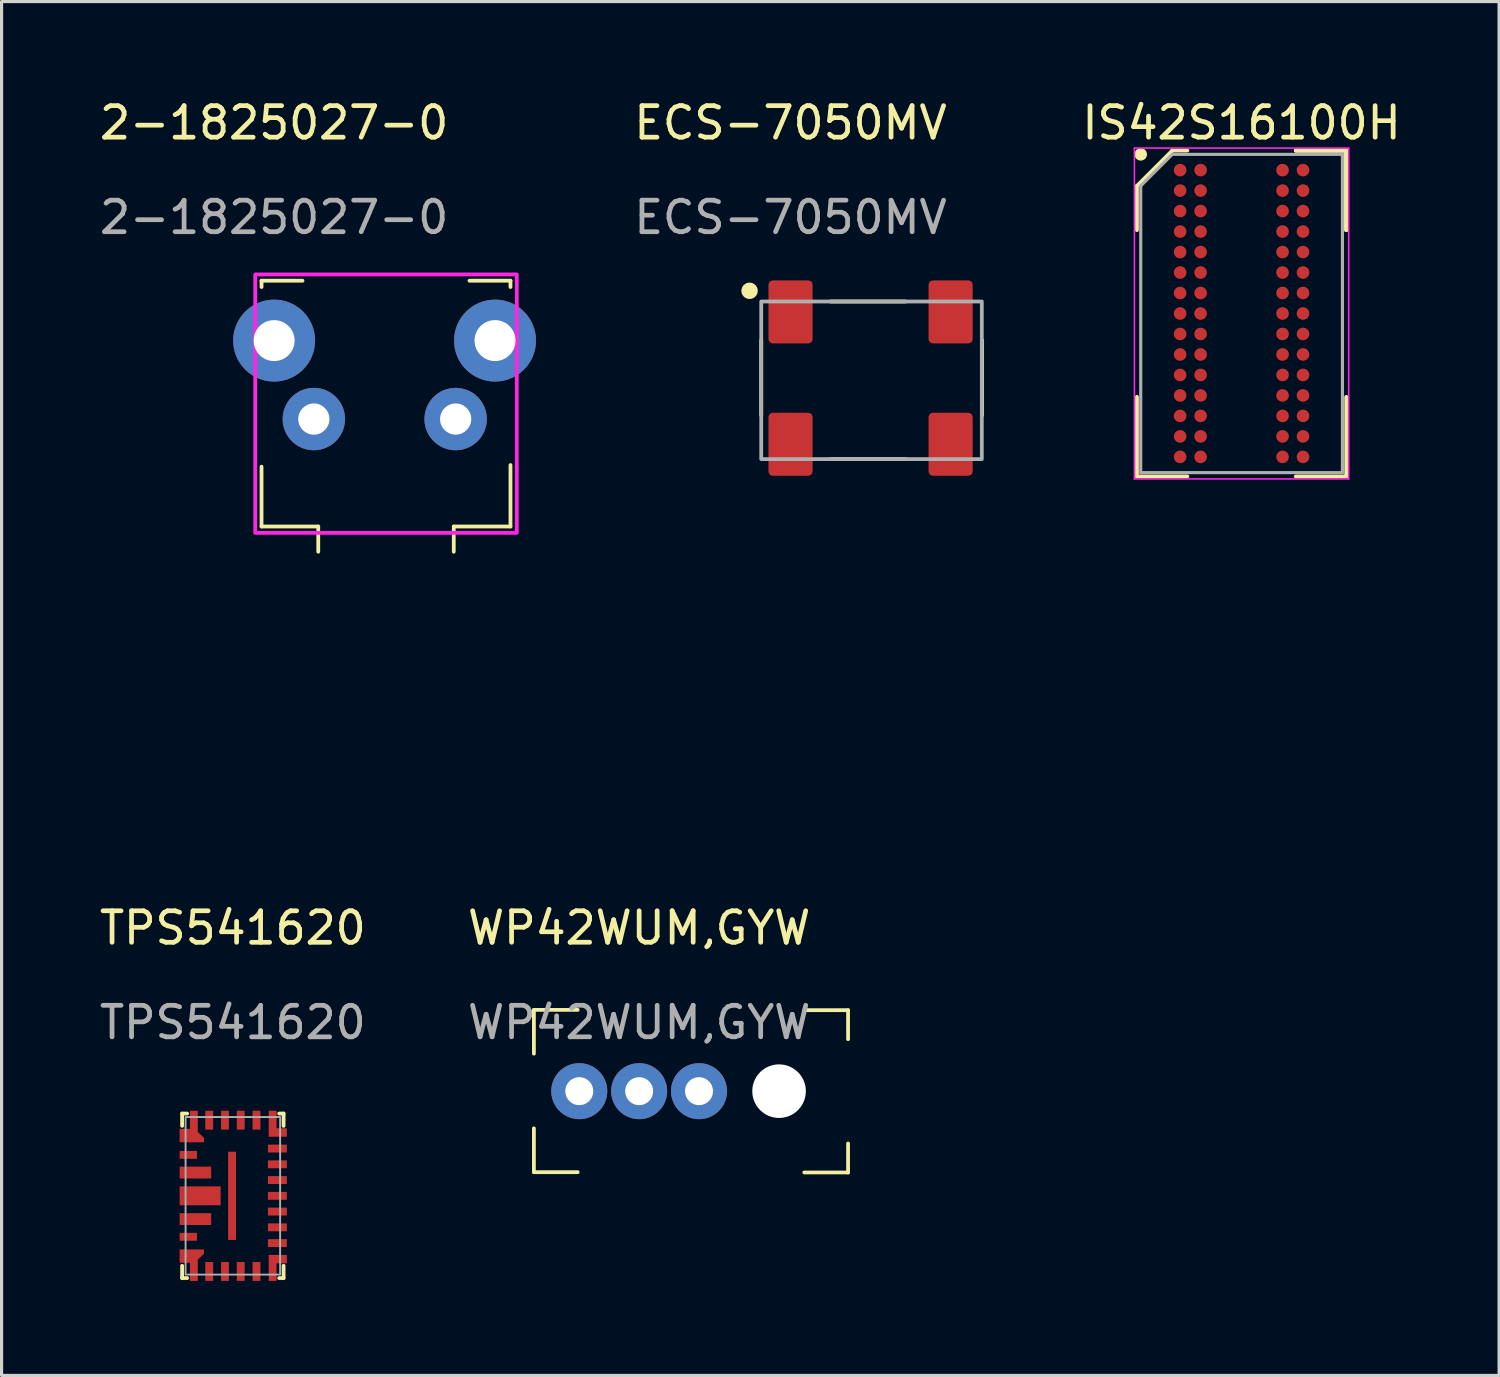
<source format=kicad_pcb>
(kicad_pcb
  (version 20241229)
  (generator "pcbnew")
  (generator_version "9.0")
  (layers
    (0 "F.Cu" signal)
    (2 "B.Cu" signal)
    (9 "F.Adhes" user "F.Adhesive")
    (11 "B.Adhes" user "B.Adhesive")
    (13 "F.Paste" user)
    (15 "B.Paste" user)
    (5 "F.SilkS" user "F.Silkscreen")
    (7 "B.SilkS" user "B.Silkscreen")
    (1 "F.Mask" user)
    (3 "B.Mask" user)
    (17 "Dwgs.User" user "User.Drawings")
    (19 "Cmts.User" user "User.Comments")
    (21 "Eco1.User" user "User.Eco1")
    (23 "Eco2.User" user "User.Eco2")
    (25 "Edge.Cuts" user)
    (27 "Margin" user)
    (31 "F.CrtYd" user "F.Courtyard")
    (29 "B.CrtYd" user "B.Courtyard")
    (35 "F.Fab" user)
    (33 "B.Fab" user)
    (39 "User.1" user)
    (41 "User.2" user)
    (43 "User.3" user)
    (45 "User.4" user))
  (footprint "IS42S16100H"
    (layer "F.Cu")
    (at 36.349 6.898)
    (property "Reference" "IS42S16100H" (at 0 -6.05 0) (layer "F.SilkS") (effects (font (size 1 1) (thickness 0.15))))
    (attr through_hole)
    (fp_line (start -3.32 -4.05) (end -3.32 -2.645) (stroke (width 0.12) (type solid)) (layer "F.SilkS"))
    (fp_line (start -3.32 5.17) (end -3.32 2.645) (stroke (width 0.12) (type solid)) (layer "F.SilkS"))
    (fp_line (start -2.2 -5.17) (end -3.32 -4.05) (stroke (width 0.12) (type solid)) (layer "F.SilkS"))
    (fp_line (start -1.72 -5.17) (end -2.2 -5.17) (stroke (width 0.12) (type solid)) (layer "F.SilkS"))
    (fp_line (start -1.72 5.17) (end -3.32 5.17) (stroke (width 0.12) (type solid)) (layer "F.SilkS"))
    (fp_line (start 1.72 -5.17) (end 3.32 -5.17) (stroke (width 0.12) (type solid)) (layer "F.SilkS"))
    (fp_line (start 1.72 -5.17) (end 3.32 -5.17) (stroke (width 0.12) (type solid)) (layer "F.SilkS"))
    (fp_line (start 1.72 -5.17) (end 3.32 -5.17) (stroke (width 0.12) (type solid)) (layer "F.SilkS"))
    (fp_line (start 1.72 5.17) (end 3.32 5.17) (stroke (width 0.12) (type solid)) (layer "F.SilkS"))
    (fp_line (start 3.32 -5.17) (end 3.32 -2.645) (stroke (width 0.12) (type solid)) (layer "F.SilkS"))
    (fp_line (start 3.32 -5.17) (end 3.32 -2.645) (stroke (width 0.12) (type solid)) (layer "F.SilkS"))
    (fp_line (start 3.32 -5.17) (end 3.32 -2.645) (stroke (width 0.12) (type solid)) (layer "F.SilkS"))
    (fp_line (start 3.32 5.17) (end 3.32 2.645) (stroke (width 0.12) (type solid)) (layer "F.SilkS"))
    (fp_circle (center -3.2 -5.05) (end -3.2 -4.95) (stroke (width 0.2) (type solid)) (fill no) (layer "F.SilkS"))
    (fp_line (start -3.4 -5.25) (end 3.4 -5.25) (stroke (width 0.05) (type solid)) (layer "F.CrtYd"))
    (fp_line (start -3.4 5.25) (end -3.4 -5.25) (stroke (width 0.05) (type solid)) (layer "F.CrtYd"))
    (fp_line (start 3.4 -5.25) (end 3.4 5.25) (stroke (width 0.05) (type solid)) (layer "F.CrtYd"))
    (fp_line (start 3.4 5.25) (end -3.4 5.25) (stroke (width 0.05) (type solid)) (layer "F.CrtYd"))
    (fp_line (start -3.2 -4.05) (end -3.2 5.05) (stroke (width 0.1) (type solid)) (layer "F.Fab"))
    (fp_line (start -3.2 5.05) (end 3.2 5.05) (stroke (width 0.1) (type solid)) (layer "F.Fab"))
    (fp_line (start -2.2 -5.05) (end -3.2 -4.05) (stroke (width 0.1) (type solid)) (layer "F.Fab"))
    (fp_line (start 3.2 -5.05) (end -2.2 -5.05) (stroke (width 0.1) (type solid)) (layer "F.Fab"))
    (fp_line (start 3.2 5.05) (end 3.2 -5.05) (stroke (width 0.1) (type solid)) (layer "F.Fab"))
    (pad "A1" smd circle (at -1.95 -4.55) (size 0.4 0.4) (layers "F.Cu" "F.Mask" "F.Paste"))
    (pad "A2" smd circle (at -1.3 -4.55) (size 0.4 0.4) (layers "F.Cu" "F.Mask" "F.Paste"))
    (pad "A6" smd circle (at 1.3 -4.55) (size 0.4 0.4) (layers "F.Cu" "F.Mask" "F.Paste"))
    (pad "A7" smd circle (at 1.95 -4.55) (size 0.4 0.4) (layers "F.Cu" "F.Mask" "F.Paste"))
    (pad "B1" smd circle (at -1.95 -3.9) (size 0.4 0.4) (layers "F.Cu" "F.Mask" "F.Paste"))
    (pad "B2" smd circle (at -1.3 -3.9) (size 0.4 0.4) (layers "F.Cu" "F.Mask" "F.Paste"))
    (pad "B6" smd circle (at 1.3 -3.9) (size 0.4 0.4) (layers "F.Cu" "F.Mask" "F.Paste"))
    (pad "B7" smd circle (at 1.95 -3.9) (size 0.4 0.4) (layers "F.Cu" "F.Mask" "F.Paste"))
    (pad "C1" smd circle (at -1.95 -3.25) (size 0.4 0.4) (layers "F.Cu" "F.Mask" "F.Paste"))
    (pad "C2" smd circle (at -1.3 -3.25) (size 0.4 0.4) (layers "F.Cu" "F.Mask" "F.Paste"))
    (pad "C6" smd circle (at 1.3 -3.25) (size 0.4 0.4) (layers "F.Cu" "F.Mask" "F.Paste"))
    (pad "C7" smd circle (at 1.95 -3.25) (size 0.4 0.4) (layers "F.Cu" "F.Mask" "F.Paste"))
    (pad "D1" smd circle (at -1.95 -2.6) (size 0.4 0.4) (layers "F.Cu" "F.Mask" "F.Paste"))
    (pad "D2" smd circle (at -1.3 -2.6) (size 0.4 0.4) (layers "F.Cu" "F.Mask" "F.Paste"))
    (pad "D6" smd circle (at 1.3 -2.6) (size 0.4 0.4) (layers "F.Cu" "F.Mask" "F.Paste"))
    (pad "D7" smd circle (at 1.95 -2.6) (size 0.4 0.4) (layers "F.Cu" "F.Mask" "F.Paste"))
    (pad "E1" smd circle (at -1.95 -1.95) (size 0.4 0.4) (layers "F.Cu" "F.Mask" "F.Paste"))
    (pad "E2" smd circle (at -1.3 -1.95) (size 0.4 0.4) (layers "F.Cu" "F.Mask" "F.Paste"))
    (pad "E6" smd circle (at 1.3 -1.95) (size 0.4 0.4) (layers "F.Cu" "F.Mask" "F.Paste"))
    (pad "E7" smd circle (at 1.95 -1.95) (size 0.4 0.4) (layers "F.Cu" "F.Mask" "F.Paste"))
    (pad "F1" smd circle (at -1.95 -1.3) (size 0.4 0.4) (layers "F.Cu" "F.Mask" "F.Paste"))
    (pad "F2" smd circle (at -1.3 -1.3) (size 0.4 0.4) (layers "F.Cu" "F.Mask" "F.Paste"))
    (pad "F6" smd circle (at 1.3 -1.3) (size 0.4 0.4) (layers "F.Cu" "F.Mask" "F.Paste"))
    (pad "F7" smd circle (at 1.95 -1.3) (size 0.4 0.4) (layers "F.Cu" "F.Mask" "F.Paste"))
    (pad "G1" smd circle (at -1.95 -0.65) (size 0.4 0.4) (layers "F.Cu" "F.Mask" "F.Paste"))
    (pad "G2" smd circle (at -1.3 -0.65) (size 0.4 0.4) (layers "F.Cu" "F.Mask" "F.Paste"))
    (pad "G6" smd circle (at 1.3 -0.65) (size 0.4 0.4) (layers "F.Cu" "F.Mask" "F.Paste"))
    (pad "G7" smd circle (at 1.95 -0.65) (size 0.4 0.4) (layers "F.Cu" "F.Mask" "F.Paste"))
    (pad "H1" smd circle (at -1.95 0) (size 0.4 0.4) (layers "F.Cu" "F.Mask" "F.Paste"))
    (pad "H2" smd circle (at -1.3 0) (size 0.4 0.4) (layers "F.Cu" "F.Mask" "F.Paste"))
    (pad "H6" smd circle (at 1.3 0) (size 0.4 0.4) (layers "F.Cu" "F.Mask" "F.Paste"))
    (pad "H7" smd circle (at 1.95 0) (size 0.4 0.4) (layers "F.Cu" "F.Mask" "F.Paste"))
    (pad "J1" smd circle (at -1.95 0.65) (size 0.4 0.4) (layers "F.Cu" "F.Mask" "F.Paste"))
    (pad "J2" smd circle (at -1.3 0.65) (size 0.4 0.4) (layers "F.Cu" "F.Mask" "F.Paste"))
    (pad "J6" smd circle (at 1.3 0.65) (size 0.4 0.4) (layers "F.Cu" "F.Mask" "F.Paste"))
    (pad "J7" smd circle (at 1.95 0.65) (size 0.4 0.4) (layers "F.Cu" "F.Mask" "F.Paste"))
    (pad "K1" smd circle (at -1.95 1.3) (size 0.4 0.4) (layers "F.Cu" "F.Mask" "F.Paste"))
    (pad "K2" smd circle (at -1.3 1.3) (size 0.4 0.4) (layers "F.Cu" "F.Mask" "F.Paste"))
    (pad "K6" smd circle (at 1.3 1.3) (size 0.4 0.4) (layers "F.Cu" "F.Mask" "F.Paste"))
    (pad "K7" smd circle (at 1.95 1.3) (size 0.4 0.4) (layers "F.Cu" "F.Mask" "F.Paste"))
    (pad "L1" smd circle (at -1.95 1.95) (size 0.4 0.4) (layers "F.Cu" "F.Mask" "F.Paste"))
    (pad "L2" smd circle (at -1.3 1.95) (size 0.4 0.4) (layers "F.Cu" "F.Mask" "F.Paste"))
    (pad "L6" smd circle (at 1.3 1.95) (size 0.4 0.4) (layers "F.Cu" "F.Mask" "F.Paste"))
    (pad "L7" smd circle (at 1.95 1.95) (size 0.4 0.4) (layers "F.Cu" "F.Mask" "F.Paste"))
    (pad "M1" smd circle (at -1.95 2.6) (size 0.4 0.4) (layers "F.Cu" "F.Mask" "F.Paste"))
    (pad "M2" smd circle (at -1.3 2.6) (size 0.4 0.4) (layers "F.Cu" "F.Mask" "F.Paste"))
    (pad "M6" smd circle (at 1.3 2.6) (size 0.4 0.4) (layers "F.Cu" "F.Mask" "F.Paste"))
    (pad "M7" smd circle (at 1.95 2.6) (size 0.4 0.4) (layers "F.Cu" "F.Mask" "F.Paste"))
    (pad "N1" smd circle (at -1.95 3.25) (size 0.4 0.4) (layers "F.Cu" "F.Mask" "F.Paste"))
    (pad "N2" smd circle (at -1.3 3.25) (size 0.4 0.4) (layers "F.Cu" "F.Mask" "F.Paste"))
    (pad "N6" smd circle (at 1.3 3.25) (size 0.4 0.4) (layers "F.Cu" "F.Mask" "F.Paste"))
    (pad "N7" smd circle (at 1.95 3.25) (size 0.4 0.4) (layers "F.Cu" "F.Mask" "F.Paste"))
    (pad "P1" smd circle (at -1.95 3.9) (size 0.4 0.4) (layers "F.Cu" "F.Mask" "F.Paste"))
    (pad "P2" smd circle (at -1.3 3.9) (size 0.4 0.4) (layers "F.Cu" "F.Mask" "F.Paste"))
    (pad "P6" smd circle (at 1.3 3.9) (size 0.4 0.4) (layers "F.Cu" "F.Mask" "F.Paste"))
    (pad "P7" smd circle (at 1.95 3.9) (size 0.4 0.4) (layers "F.Cu" "F.Mask" "F.Paste"))
    (pad "R1" smd circle (at -1.95 4.55) (size 0.4 0.4) (layers "F.Cu" "F.Mask" "F.Paste"))
    (pad "R2" smd circle (at -1.3 4.55) (size 0.4 0.4) (layers "F.Cu" "F.Mask" "F.Paste"))
    (pad "R6" smd circle (at 1.3 4.55) (size 0.4 0.4) (layers "F.Cu" "F.Mask" "F.Paste"))
    (pad "R7" smd circle (at 1.95 4.55) (size 0.4 0.4) (layers "F.Cu" "F.Mask" "F.Paste")))
  (footprint "WP42WUM,GYW"
    (layer "F.Cu")
    (at 17.232 31.576)
    (property "Reference" "WP42WUM,GYW" (at 0 -5.18 0) (unlocked yes) (layer "F.SilkS") (effects (font (size 1 1) (thickness 0.15))))
    (fp_line (start -3.34 -2.58) (end -1.95 -2.58) (stroke (width 0.12) (type solid)) (layer "F.SilkS"))
    (fp_line (start -3.34 -1.19) (end -3.34 -2.58) (stroke (width 0.12) (type solid)) (layer "F.SilkS"))
    (fp_line (start -3.34 2.57) (end -3.34 1.18) (stroke (width 0.12) (type solid)) (layer "F.SilkS"))
    (fp_line (start -1.95 2.57) (end -3.34 2.57) (stroke (width 0.12) (type solid)) (layer "F.SilkS"))
    (fp_line (start 5.24 -2.57) (end 6.63 -2.57) (stroke (width 0.12) (type solid)) (layer "F.SilkS"))
    (fp_line (start 6.63 -2.57) (end 6.63 -1.65) (stroke (width 0.12) (type solid)) (layer "F.SilkS"))
    (fp_line (start 6.63 1.66) (end 6.63 2.58) (stroke (width 0.12) (type solid)) (layer "F.SilkS"))
    (fp_line (start 6.63 2.58) (end 5.24 2.58) (stroke (width 0.12) (type solid)) (layer "F.SilkS"))
    (fp_rect (start -3.18 -2.415) (end 6.47 2.415) (stroke (width 0.12) (type solid)) (fill no) (layer "Eco1.User"))
    (fp_rect (start 6.47 -1.5) (end 10.28 1.5) (stroke (width 0.12) (type solid)) (fill no) (layer "Eco1.User"))
    (fp_text user "${REFERENCE}" (at 0 -2.18 0) (unlocked yes) (layer "F.Fab") (effects (font (size 1 1) (thickness 0.15))))
    (pad "" np_thru_hole circle (at 4.44 0) (size 1.7 1.7) (drill 1.7) (layers "*.Cu" "*.Mask"))
    (pad "1" thru_hole circle (at 1.9 0) (size 1.778 1.778) (drill 0.889) (layers "*.Cu" "*.Mask"))
    (pad "2" thru_hole circle (at 0 0) (size 1.778 1.778) (drill 0.889) (layers "*.Cu" "*.Mask"))
    (pad "3" thru_hole circle (at -1.9 0) (size 1.778 1.778) (drill 0.889) (layers "*.Cu" "*.Mask")))
  (footprint "TPS541620"
    (layer "F.Cu")
    (at 4.339 34.897)
    (property "Reference" "TPS541620" (at 0 -8.5 0) (unlocked yes) (layer "F.SilkS") (effects (font (size 1 1) (thickness 0.15))))
    (fp_line (start -1.61 -2.61) (end -1.61 -2.22) (stroke (width 0.12) (type solid)) (layer "F.SilkS"))
    (fp_line (start -1.61 2.22) (end -1.61 2.61) (stroke (width 0.12) (type solid)) (layer "F.SilkS"))
    (fp_line (start -1.45 -2.61) (end -1.61 -2.61) (stroke (width 0.12) (type solid)) (layer "F.SilkS"))
    (fp_line (start -1.45 2.61) (end -1.61 2.61) (stroke (width 0.12) (type solid)) (layer "F.SilkS"))
    (fp_line (start 1.61 -2.61) (end 1.47 -2.61) (stroke (width 0.12) (type solid)) (layer "F.SilkS"))
    (fp_line (start 1.61 -2.61) (end 1.61 -2.22) (stroke (width 0.12) (type solid)) (layer "F.SilkS"))
    (fp_line (start 1.61 2.22) (end 1.61 2.61) (stroke (width 0.12) (type solid)) (layer "F.SilkS"))
    (fp_line (start 1.61 2.61) (end 1.47 2.61) (stroke (width 0.12) (type solid)) (layer "F.SilkS"))
    (fp_rect (start -1.5 -2.5) (end 1.5 2.5) (stroke (width 0.06) (type solid)) (fill no) (layer "F.Fab"))
    (fp_text user "${REFERENCE}" (at 0 -5.5 0) (unlocked yes) (layer "F.Fab") (effects (font (size 1 1) (thickness 0.15))))
    (pad "1" smd rect (at -1.413 -1.3 90) (size 0.25 0.55) (layers "F.Cu" "F.Mask" "F.Paste"))
    (pad "2" smd custom (at -1.413 -0.738) (size 0.001 0.001) (layers "F.Cu" "F.Mask" "F.Paste") (options (anchor rect)) (primitives (gr_poly (pts (xy -0.275 -0.188) (xy 0.725 -0.188) (xy 0.725 0.188) (xy -0.275 0.188)) (width 0) (fill yes))))
    (pad "3" smd custom (at -1.413 0) (size 0.001 0.001) (layers "F.Cu" "F.Mask" "F.Paste") (options (anchor rect)) (primitives (gr_poly (pts (xy -0.275 -0.3) (xy 1.025 -0.3) (xy 1.025 0.3) (xy -0.275 0.3)) (width 0) (fill yes))))
    (pad "4" smd custom (at -1.413 0.738) (size 0.001 0.001) (layers "F.Cu" "F.Mask" "F.Paste") (options (anchor rect)) (primitives (gr_poly (pts (xy -0.275 -0.188) (xy 0.725 -0.188) (xy 0.725 0.188) (xy -0.275 0.188)) (width 0) (fill yes))))
    (pad "5" smd rect (at -1.413 1.3 90) (size 0.25 0.55) (layers "F.Cu" "F.Mask" "F.Paste"))
    (pad "6" smd custom (at -1.413 2.4) (size 0.001 0.001) (layers "F.Cu" "F.Mask" "F.Paste") (options (anchor rect)) (primitives (gr_poly (pts (xy 0.498 -0.56) (xy 0.498 -0.7) (xy -0.275 -0.7) (xy -0.275 -0.275) (xy 0.05 -0.275) (xy 0.05 0.3) (xy 0.3 0.3) (xy 0.3 -0.376)) (width 0) (fill yes))))
    (pad "7" smd rect (at -0.75 2.4 90) (size 0.6 0.25) (layers "F.Cu" "F.Mask" "F.Paste"))
    (pad "8" smd rect (at -0.25 2.4 90) (size 0.6 0.25) (layers "F.Cu" "F.Mask" "F.Paste"))
    (pad "9" smd rect (at 0.25 2.4 90) (size 0.6 0.25) (layers "F.Cu" "F.Mask" "F.Paste"))
    (pad "10" smd rect (at 0.75 2.4 90) (size 0.6 0.25) (layers "F.Cu" "F.Mask" "F.Paste"))
    (pad "11" smd custom (at 1.413 2.4) (size 0.001 0.001) (layers "F.Cu" "F.Mask" "F.Paste") (options (anchor rect)) (primitives (gr_poly (pts (xy -0.275 0.3) (xy -0.275 -0.525) (xy 0.3 -0.525) (xy 0.3 -0.257) (xy -0.025 -0.257) (xy -0.025 0.3)) (width 0) (fill yes))))
    (pad "12" smd rect (at 1.413 1.5) (size 0.6 0.25) (layers "F.Cu" "F.Mask" "F.Paste"))
    (pad "13" smd rect (at 1.413 1) (size 0.6 0.25) (layers "F.Cu" "F.Mask" "F.Paste"))
    (pad "14" smd rect (at 1.413 0.5) (size 0.6 0.25) (layers "F.Cu" "F.Mask" "F.Paste"))
    (pad "15" smd rect (at 1.413 0) (size 0.6 0.25) (layers "F.Cu" "F.Mask" "F.Paste"))
    (pad "16" smd rect (at 1.413 -0.5) (size 0.6 0.25) (layers "F.Cu" "F.Mask" "F.Paste"))
    (pad "17" smd rect (at 1.413 -1) (size 0.6 0.25) (layers "F.Cu" "F.Mask" "F.Paste"))
    (pad "18" smd rect (at 1.413 -1.5) (size 0.6 0.25) (layers "F.Cu" "F.Mask" "F.Paste"))
    (pad "19" smd custom (at 1.413 -2.4 180) (size 0.001 0.001) (layers "F.Cu" "F.Mask" "F.Paste") (options (anchor rect)) (primitives (gr_poly (pts (xy 0.275 0.3) (xy 0.275 -0.525) (xy -0.3 -0.525) (xy -0.3 -0.257) (xy 0.025 -0.257) (xy 0.025 0.3)) (width 0) (fill yes))))
    (pad "20" smd rect (at 0.75 -2.4 90) (size 0.6 0.25) (layers "F.Cu" "F.Mask" "F.Paste"))
    (pad "21" smd rect (at 0.25 -2.4 90) (size 0.6 0.25) (layers "F.Cu" "F.Mask" "F.Paste"))
    (pad "22" smd rect (at -0.25 -2.4 90) (size 0.6 0.25) (layers "F.Cu" "F.Mask" "F.Paste"))
    (pad "23" smd rect (at -0.75 -2.4 90) (size 0.6 0.25) (layers "F.Cu" "F.Mask" "F.Paste"))
    (pad "24" smd custom (at -1.413 -2.4 180) (size 0.001 0.001) (layers "F.Cu" "F.Mask" "F.Paste") (options (anchor rect)) (primitives (gr_poly (pts (xy -0.498 -0.56) (xy -0.498 -0.7) (xy 0.275 -0.7) (xy 0.275 -0.275) (xy -0.05 -0.275) (xy -0.05 0.3) (xy -0.3 0.3) (xy -0.3 -0.376)) (width 0) (fill yes))))
    (pad "25" smd rect (at -0.025 0 180) (size 0.25 2.8) (layers "F.Cu" "F.Mask" "F.Paste")))
  (footprint "2-1825027-0"
    (layer "F.Cu")
    (at 5.649 7.758)
    (property "Reference" "2-1825027-0" (at 0 -6.91 0) (unlocked yes) (layer "F.SilkS") (effects (font (size 1 1) (thickness 0.15))))
    (fp_line (start -0.4 -1.9) (end -0.4 -1.7) (stroke (width 0.12) (type solid)) (layer "F.SilkS"))
    (fp_line (start -0.4 -1.9) (end 0.9 -1.9) (stroke (width 0.12) (type solid)) (layer "F.SilkS"))
    (fp_line (start -0.4 4) (end -0.4 5.9) (stroke (width 0.12) (type solid)) (layer "F.SilkS"))
    (fp_line (start -0.4 5.9) (end 1.4 5.9) (stroke (width 0.12) (type solid)) (layer "F.SilkS"))
    (fp_line (start 1.4 5.9) (end 1.4 6.7) (stroke (width 0.12) (type solid)) (layer "F.SilkS"))
    (fp_line (start 5.7 5.9) (end 5.7 6.7) (stroke (width 0.12) (type solid)) (layer "F.SilkS"))
    (fp_line (start 5.7 5.9) (end 7.5 5.9) (stroke (width 0.12) (type solid)) (layer "F.SilkS"))
    (fp_line (start 6.2 -1.9) (end 7.5 -1.9) (stroke (width 0.12) (type solid)) (layer "F.SilkS"))
    (fp_line (start 7.5 -1.9) (end 7.5 -1.7) (stroke (width 0.12) (type solid)) (layer "F.SilkS"))
    (fp_line (start 7.5 5.9) (end 7.5 3.95) (stroke (width 0.12) (type solid)) (layer "F.SilkS"))
    (fp_rect (start 0 -1.52) (end 7.11 5.49) (stroke (width 0.12) (type solid)) (fill no) (layer "Eco1.User"))
    (fp_rect (start 1.8 5.49) (end 5.31 14.73) (stroke (width 0.12) (type solid)) (fill no) (layer "Eco1.User"))
    (fp_rect (start -0.6 -2.1) (end 7.7 6.1) (stroke (width 0.12) (type solid)) (fill no) (layer "F.CrtYd"))
    (fp_text user "${REFERENCE}" (at 0 -3.91 0) (unlocked yes) (layer "F.Fab") (effects (font (size 1 1) (thickness 0.15))))
    (pad "" thru_hole circle (at 0 0) (size 2.6 2.6) (drill 1.3) (layers "*.Cu" "*.Mask"))
    (pad "" thru_hole circle (at 7.01 0) (size 2.6 2.6) (drill 1.3) (layers "*.Cu" "*.Mask"))
    (pad "1" thru_hole circle (at 1.26 2.49) (size 1.98 1.98) (drill 0.99) (layers "*.Cu" "*.Mask"))
    (pad "2" thru_hole circle (at 5.76 2.49) (size 1.98 1.98) (drill 0.99) (layers "*.Cu" "*.Mask")))
  (footprint "ECS-7050MV"
    (layer "F.Cu")
    (at 22.036 6.848)
    (property "Reference" "ECS-7050MV" (at 0 -6 0) (unlocked yes) (layer "F.SilkS") (effects (font (size 1 1) (thickness 0.15))))
    (fp_line (start -0.93 3.28) (end -0.93 0.9) (stroke (width 0.12) (type solid)) (layer "F.SilkS"))
    (fp_line (start 1.27 -0.33) (end 3.65 -0.33) (stroke (width 0.12) (type solid)) (layer "F.SilkS"))
    (fp_line (start 1.27 4.67) (end 3.65 4.67) (stroke (width 0.12) (type solid)) (layer "F.SilkS"))
    (fp_line (start 6.08 3.28) (end 6.08 0.9) (stroke (width 0.12) (type solid)) (layer "F.SilkS"))
    (fp_circle (center -1.3 -0.67) (end -1.1 -0.67) (stroke (width 0.12) (type solid)) (fill yes) (layer "F.SilkS"))
    (fp_rect (start -0.93 -0.33) (end 6.07 4.67) (stroke (width 0.12) (type solid)) (fill no) (layer "F.Fab"))
    (fp_text user "${REFERENCE}" (at 0 -3 0) (unlocked yes) (layer "F.Fab") (effects (font (size 1 1) (thickness 0.15))))
    (pad "1" smd roundrect (at 0 0) (size 1.4 2) (layers "F.Cu" "F.Mask" "F.Paste") (roundrect_rratio 0.1))
    (pad "2" smd roundrect (at 5.08 0) (size 1.4 2) (layers "F.Cu" "F.Mask" "F.Paste") (roundrect_rratio 0.1))
    (pad "3" smd roundrect (at 0 4.2) (size 1.4 2) (layers "F.Cu" "F.Mask" "F.Paste") (roundrect_rratio 0.1))
    (pad "4" smd roundrect (at 5.08 4.2) (size 1.4 2) (layers "F.Cu" "F.Mask" "F.Paste") (roundrect_rratio 0.1)))
  (gr_rect
    (start -3 -3)
    (end 44.521 40.596)
    (stroke (width 0.1) (type default))
    (fill no)
    (layer "Edge.Cuts")))
</source>
